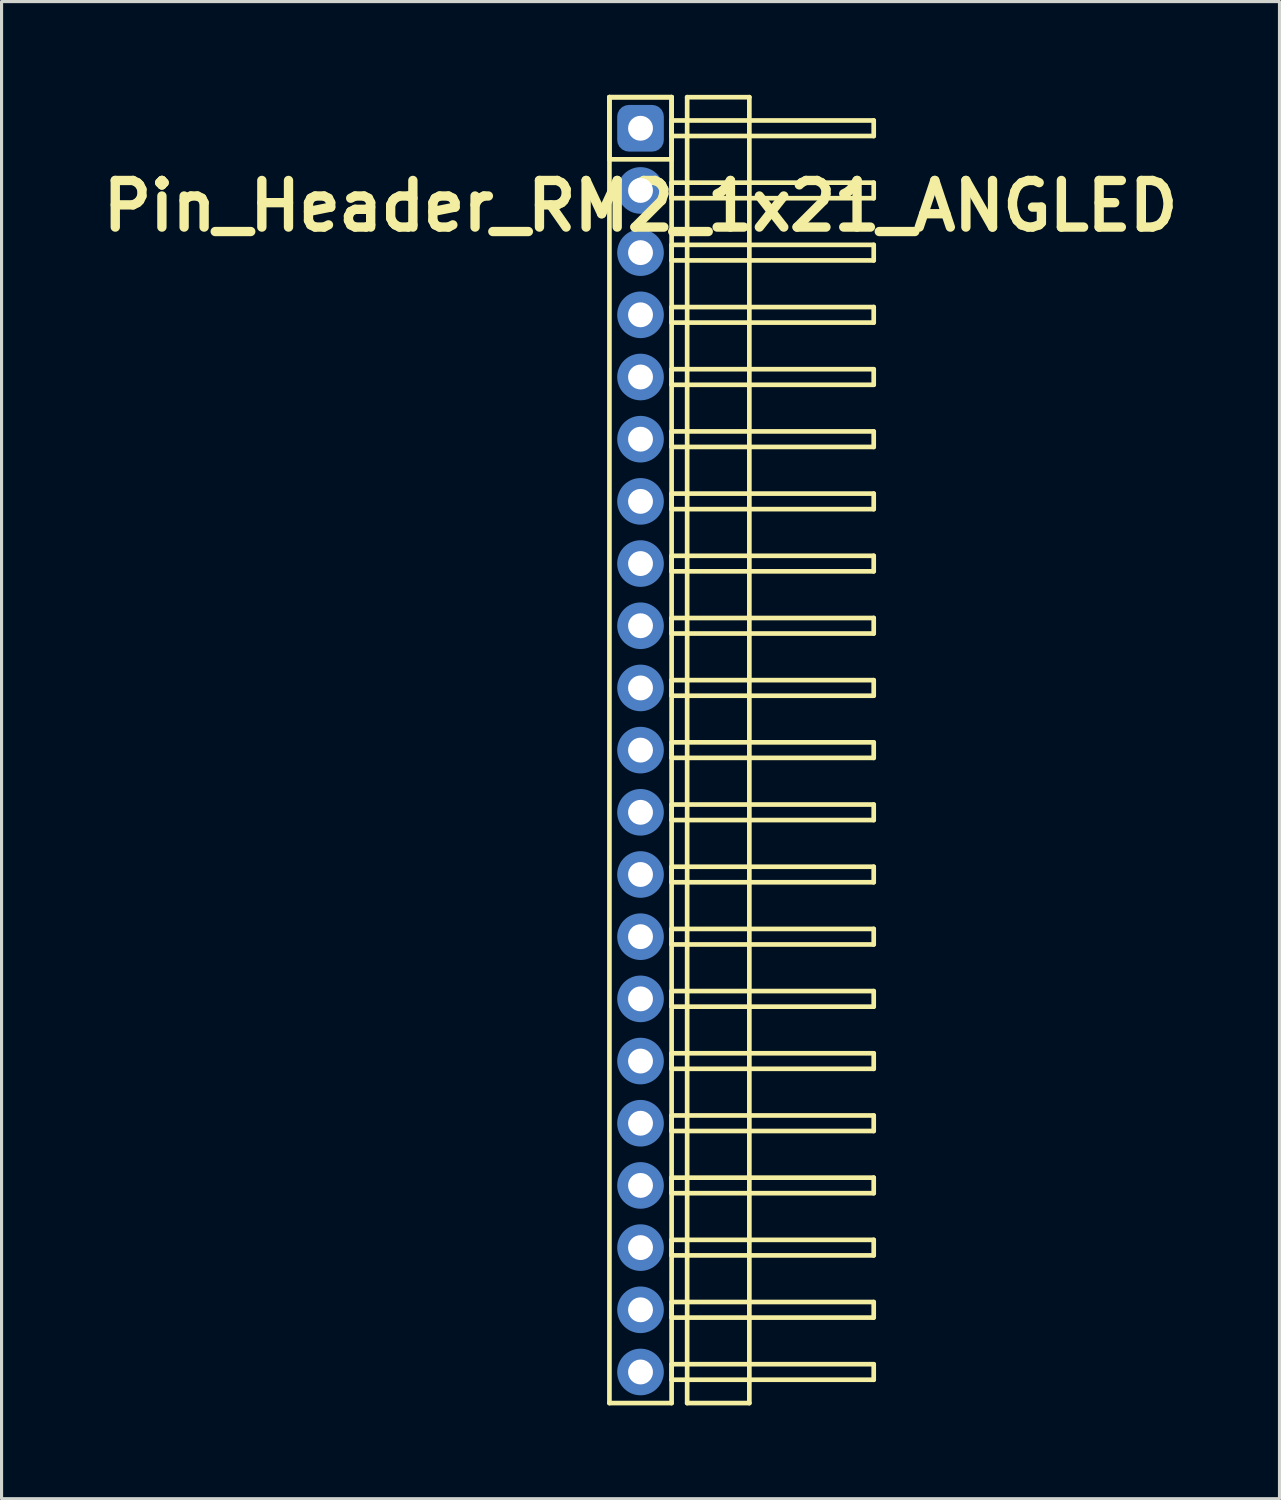
<source format=kicad_pcb>
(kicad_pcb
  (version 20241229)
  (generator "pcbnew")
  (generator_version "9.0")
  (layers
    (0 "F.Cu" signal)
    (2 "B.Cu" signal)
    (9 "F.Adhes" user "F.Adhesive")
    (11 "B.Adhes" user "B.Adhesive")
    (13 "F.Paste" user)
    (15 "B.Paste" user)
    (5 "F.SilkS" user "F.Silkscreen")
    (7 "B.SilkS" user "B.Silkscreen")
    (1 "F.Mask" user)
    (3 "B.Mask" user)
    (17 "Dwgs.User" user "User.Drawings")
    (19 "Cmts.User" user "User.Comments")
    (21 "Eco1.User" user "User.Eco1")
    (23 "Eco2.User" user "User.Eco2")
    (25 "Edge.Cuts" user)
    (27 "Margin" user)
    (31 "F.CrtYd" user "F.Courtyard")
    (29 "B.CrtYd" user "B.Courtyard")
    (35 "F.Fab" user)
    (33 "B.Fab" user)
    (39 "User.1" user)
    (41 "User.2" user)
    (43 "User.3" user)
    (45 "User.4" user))
  (footprint "Pin_Header_RM2_1x21_ANGLED"
    (layer "F.Cu")
    (at 17.55 1.075)
    (property "Reference" "Pin_Header_RM2_1x21_ANGLED" (at 0 2.5 0) (layer "F.SilkS") (effects (font (size 1.5 1.5) (thickness 0.3))))
    (attr through_hole)
    (fp_line (start -1 -1) (end 1 -1) (stroke (width 0.15) (type solid)) (layer "F.SilkS"))
    (fp_line (start -1 -1) (end 1 -1) (stroke (width 0.15) (type solid)) (layer "F.SilkS"))
    (fp_line (start -1 1) (end -1 -1) (stroke (width 0.15) (type solid)) (layer "F.SilkS"))
    (fp_line (start -1 41) (end -1 -1) (stroke (width 0.15) (type solid)) (layer "F.SilkS"))
    (fp_line (start 1 -1) (end 1 1) (stroke (width 0.15) (type solid)) (layer "F.SilkS"))
    (fp_line (start 1 -1) (end 1 41) (stroke (width 0.15) (type solid)) (layer "F.SilkS"))
    (fp_line (start 1 -0.25) (end 7.5 -0.25) (stroke (width 0.15) (type solid)) (layer "F.SilkS"))
    (fp_line (start 1 0.25) (end 1 -0.25) (stroke (width 0.15) (type solid)) (layer "F.SilkS"))
    (fp_line (start 1 1) (end -1 1) (stroke (width 0.15) (type solid)) (layer "F.SilkS"))
    (fp_line (start 1 1.75) (end 7.5 1.75) (stroke (width 0.15) (type solid)) (layer "F.SilkS"))
    (fp_line (start 1 2.25) (end 1 1.75) (stroke (width 0.15) (type solid)) (layer "F.SilkS"))
    (fp_line (start 1 3.75) (end 7.5 3.75) (stroke (width 0.15) (type solid)) (layer "F.SilkS"))
    (fp_line (start 1 4.25) (end 1 3.75) (stroke (width 0.15) (type solid)) (layer "F.SilkS"))
    (fp_line (start 1 5.75) (end 7.5 5.75) (stroke (width 0.15) (type solid)) (layer "F.SilkS"))
    (fp_line (start 1 6.25) (end 1 5.75) (stroke (width 0.15) (type solid)) (layer "F.SilkS"))
    (fp_line (start 1 7.75) (end 7.5 7.75) (stroke (width 0.15) (type solid)) (layer "F.SilkS"))
    (fp_line (start 1 8.25) (end 1 7.75) (stroke (width 0.15) (type solid)) (layer "F.SilkS"))
    (fp_line (start 1 9.75) (end 7.5 9.75) (stroke (width 0.15) (type solid)) (layer "F.SilkS"))
    (fp_line (start 1 10.25) (end 1 9.75) (stroke (width 0.15) (type solid)) (layer "F.SilkS"))
    (fp_line (start 1 11.75) (end 7.5 11.75) (stroke (width 0.15) (type solid)) (layer "F.SilkS"))
    (fp_line (start 1 12.25) (end 1 11.75) (stroke (width 0.15) (type solid)) (layer "F.SilkS"))
    (fp_line (start 1 13.75) (end 7.5 13.75) (stroke (width 0.15) (type solid)) (layer "F.SilkS"))
    (fp_line (start 1 14.25) (end 1 13.75) (stroke (width 0.15) (type solid)) (layer "F.SilkS"))
    (fp_line (start 1 15.75) (end 7.5 15.75) (stroke (width 0.15) (type solid)) (layer "F.SilkS"))
    (fp_line (start 1 16.25) (end 1 15.75) (stroke (width 0.15) (type solid)) (layer "F.SilkS"))
    (fp_line (start 1 17.75) (end 7.5 17.75) (stroke (width 0.15) (type solid)) (layer "F.SilkS"))
    (fp_line (start 1 18.25) (end 1 17.75) (stroke (width 0.15) (type solid)) (layer "F.SilkS"))
    (fp_line (start 1 19.75) (end 7.5 19.75) (stroke (width 0.15) (type solid)) (layer "F.SilkS"))
    (fp_line (start 1 20.25) (end 1 19.75) (stroke (width 0.15) (type solid)) (layer "F.SilkS"))
    (fp_line (start 1 21.75) (end 7.5 21.75) (stroke (width 0.15) (type solid)) (layer "F.SilkS"))
    (fp_line (start 1 22.25) (end 1 21.75) (stroke (width 0.15) (type solid)) (layer "F.SilkS"))
    (fp_line (start 1 23.75) (end 7.5 23.75) (stroke (width 0.15) (type solid)) (layer "F.SilkS"))
    (fp_line (start 1 24.25) (end 1 23.75) (stroke (width 0.15) (type solid)) (layer "F.SilkS"))
    (fp_line (start 1 25.75) (end 7.5 25.75) (stroke (width 0.15) (type solid)) (layer "F.SilkS"))
    (fp_line (start 1 26.25) (end 1 25.75) (stroke (width 0.15) (type solid)) (layer "F.SilkS"))
    (fp_line (start 1 27.75) (end 7.5 27.75) (stroke (width 0.15) (type solid)) (layer "F.SilkS"))
    (fp_line (start 1 28.25) (end 1 27.75) (stroke (width 0.15) (type solid)) (layer "F.SilkS"))
    (fp_line (start 1 29.75) (end 7.5 29.75) (stroke (width 0.15) (type solid)) (layer "F.SilkS"))
    (fp_line (start 1 30.25) (end 1 29.75) (stroke (width 0.15) (type solid)) (layer "F.SilkS"))
    (fp_line (start 1 31.75) (end 7.5 31.75) (stroke (width 0.15) (type solid)) (layer "F.SilkS"))
    (fp_line (start 1 32.25) (end 1 31.75) (stroke (width 0.15) (type solid)) (layer "F.SilkS"))
    (fp_line (start 1 33.75) (end 7.5 33.75) (stroke (width 0.15) (type solid)) (layer "F.SilkS"))
    (fp_line (start 1 34.25) (end 1 33.75) (stroke (width 0.15) (type solid)) (layer "F.SilkS"))
    (fp_line (start 1 35.75) (end 7.5 35.75) (stroke (width 0.15) (type solid)) (layer "F.SilkS"))
    (fp_line (start 1 36.25) (end 1 35.75) (stroke (width 0.15) (type solid)) (layer "F.SilkS"))
    (fp_line (start 1 37.75) (end 7.5 37.75) (stroke (width 0.15) (type solid)) (layer "F.SilkS"))
    (fp_line (start 1 38.25) (end 1 37.75) (stroke (width 0.15) (type solid)) (layer "F.SilkS"))
    (fp_line (start 1 39.75) (end 7.5 39.75) (stroke (width 0.15) (type solid)) (layer "F.SilkS"))
    (fp_line (start 1 40.25) (end 1 39.75) (stroke (width 0.15) (type solid)) (layer "F.SilkS"))
    (fp_line (start 1 41) (end -1 41) (stroke (width 0.15) (type solid)) (layer "F.SilkS"))
    (fp_line (start 1.5 -1) (end 3.5 -1) (stroke (width 0.15) (type solid)) (layer "F.SilkS"))
    (fp_line (start 1.5 41) (end 1.5 -1) (stroke (width 0.15) (type solid)) (layer "F.SilkS"))
    (fp_line (start 3.5 -1) (end 3.5 41) (stroke (width 0.15) (type solid)) (layer "F.SilkS"))
    (fp_line (start 3.5 41) (end 1.5 41) (stroke (width 0.15) (type solid)) (layer "F.SilkS"))
    (fp_line (start 7.5 -0.25) (end 7.5 0.25) (stroke (width 0.15) (type solid)) (layer "F.SilkS"))
    (fp_line (start 7.5 0.25) (end 1 0.25) (stroke (width 0.15) (type solid)) (layer "F.SilkS"))
    (fp_line (start 7.5 1.75) (end 7.5 2.25) (stroke (width 0.15) (type solid)) (layer "F.SilkS"))
    (fp_line (start 7.5 2.25) (end 1 2.25) (stroke (width 0.15) (type solid)) (layer "F.SilkS"))
    (fp_line (start 7.5 3.75) (end 7.5 4.25) (stroke (width 0.15) (type solid)) (layer "F.SilkS"))
    (fp_line (start 7.5 4.25) (end 1 4.25) (stroke (width 0.15) (type solid)) (layer "F.SilkS"))
    (fp_line (start 7.5 5.75) (end 7.5 6.25) (stroke (width 0.15) (type solid)) (layer "F.SilkS"))
    (fp_line (start 7.5 6.25) (end 1 6.25) (stroke (width 0.15) (type solid)) (layer "F.SilkS"))
    (fp_line (start 7.5 7.75) (end 7.5 8.25) (stroke (width 0.15) (type solid)) (layer "F.SilkS"))
    (fp_line (start 7.5 8.25) (end 1 8.25) (stroke (width 0.15) (type solid)) (layer "F.SilkS"))
    (fp_line (start 7.5 9.75) (end 7.5 10.25) (stroke (width 0.15) (type solid)) (layer "F.SilkS"))
    (fp_line (start 7.5 10.25) (end 1 10.25) (stroke (width 0.15) (type solid)) (layer "F.SilkS"))
    (fp_line (start 7.5 11.75) (end 7.5 12.25) (stroke (width 0.15) (type solid)) (layer "F.SilkS"))
    (fp_line (start 7.5 12.25) (end 1 12.25) (stroke (width 0.15) (type solid)) (layer "F.SilkS"))
    (fp_line (start 7.5 13.75) (end 7.5 14.25) (stroke (width 0.15) (type solid)) (layer "F.SilkS"))
    (fp_line (start 7.5 14.25) (end 1 14.25) (stroke (width 0.15) (type solid)) (layer "F.SilkS"))
    (fp_line (start 7.5 15.75) (end 7.5 16.25) (stroke (width 0.15) (type solid)) (layer "F.SilkS"))
    (fp_line (start 7.5 16.25) (end 1 16.25) (stroke (width 0.15) (type solid)) (layer "F.SilkS"))
    (fp_line (start 7.5 17.75) (end 7.5 18.25) (stroke (width 0.15) (type solid)) (layer "F.SilkS"))
    (fp_line (start 7.5 18.25) (end 1 18.25) (stroke (width 0.15) (type solid)) (layer "F.SilkS"))
    (fp_line (start 7.5 19.75) (end 7.5 20.25) (stroke (width 0.15) (type solid)) (layer "F.SilkS"))
    (fp_line (start 7.5 20.25) (end 1 20.25) (stroke (width 0.15) (type solid)) (layer "F.SilkS"))
    (fp_line (start 7.5 21.75) (end 7.5 22.25) (stroke (width 0.15) (type solid)) (layer "F.SilkS"))
    (fp_line (start 7.5 22.25) (end 1 22.25) (stroke (width 0.15) (type solid)) (layer "F.SilkS"))
    (fp_line (start 7.5 23.75) (end 7.5 24.25) (stroke (width 0.15) (type solid)) (layer "F.SilkS"))
    (fp_line (start 7.5 24.25) (end 1 24.25) (stroke (width 0.15) (type solid)) (layer "F.SilkS"))
    (fp_line (start 7.5 25.75) (end 7.5 26.25) (stroke (width 0.15) (type solid)) (layer "F.SilkS"))
    (fp_line (start 7.5 26.25) (end 1 26.25) (stroke (width 0.15) (type solid)) (layer "F.SilkS"))
    (fp_line (start 7.5 27.75) (end 7.5 28.25) (stroke (width 0.15) (type solid)) (layer "F.SilkS"))
    (fp_line (start 7.5 28.25) (end 1 28.25) (stroke (width 0.15) (type solid)) (layer "F.SilkS"))
    (fp_line (start 7.5 29.75) (end 7.5 30.25) (stroke (width 0.15) (type solid)) (layer "F.SilkS"))
    (fp_line (start 7.5 30.25) (end 1 30.25) (stroke (width 0.15) (type solid)) (layer "F.SilkS"))
    (fp_line (start 7.5 31.75) (end 7.5 32.25) (stroke (width 0.15) (type solid)) (layer "F.SilkS"))
    (fp_line (start 7.5 32.25) (end 1 32.25) (stroke (width 0.15) (type solid)) (layer "F.SilkS"))
    (fp_line (start 7.5 33.75) (end 7.5 34.25) (stroke (width 0.15) (type solid)) (layer "F.SilkS"))
    (fp_line (start 7.5 34.25) (end 1 34.25) (stroke (width 0.15) (type solid)) (layer "F.SilkS"))
    (fp_line (start 7.5 35.75) (end 7.5 36.25) (stroke (width 0.15) (type solid)) (layer "F.SilkS"))
    (fp_line (start 7.5 36.25) (end 1 36.25) (stroke (width 0.15) (type solid)) (layer "F.SilkS"))
    (fp_line (start 7.5 37.75) (end 7.5 38.25) (stroke (width 0.15) (type solid)) (layer "F.SilkS"))
    (fp_line (start 7.5 38.25) (end 1 38.25) (stroke (width 0.15) (type solid)) (layer "F.SilkS"))
    (fp_line (start 7.5 39.75) (end 7.5 40.25) (stroke (width 0.15) (type solid)) (layer "F.SilkS"))
    (fp_line (start 7.5 40.25) (end 1 40.25) (stroke (width 0.15) (type solid)) (layer "F.SilkS"))
    (pad "1" thru_hole circle (at 0 0) (size 1.1 1.1) (drill 0.8) (layers "*.Cu" "*.Mask"))
    (pad "1" smd roundrect (at 0 0) (size 1.25 1.25) (layers "F.Cu" "F.Mask") (roundrect_rratio 0.25))
    (pad "1" smd roundrect (at 0 0) (size 1.5 1.5) (layers "B.Cu" "B.Mask") (roundrect_rratio 0.25))
    (pad "2" thru_hole circle (at 0 2) (size 1.1 1.1) (drill 0.8) (layers "*.Cu" "*.Mask"))
    (pad "2" smd circle (at 0 2) (size 1.25 1.25) (layers "F.Cu" "F.Mask"))
    (pad "2" smd circle (at 0 2) (size 1.5 1.5) (layers "B.Cu" "B.Mask"))
    (pad "3" thru_hole circle (at 0 4) (size 1.1 1.1) (drill 0.8) (layers "*.Cu" "*.Mask"))
    (pad "3" smd circle (at 0 4) (size 1.25 1.25) (layers "F.Cu" "F.Mask"))
    (pad "3" smd circle (at 0 4) (size 1.5 1.5) (layers "B.Cu" "B.Mask"))
    (pad "4" thru_hole circle (at 0 6) (size 1.1 1.1) (drill 0.8) (layers "*.Cu" "*.Mask"))
    (pad "4" smd circle (at 0 6) (size 1.25 1.25) (layers "F.Cu" "F.Mask"))
    (pad "4" smd circle (at 0 6) (size 1.5 1.5) (layers "B.Cu" "B.Mask"))
    (pad "5" thru_hole circle (at 0 8) (size 1.1 1.1) (drill 0.8) (layers "*.Cu" "*.Mask"))
    (pad "5" smd circle (at 0 8) (size 1.25 1.25) (layers "F.Cu" "F.Mask"))
    (pad "5" smd circle (at 0 8) (size 1.5 1.5) (layers "B.Cu" "B.Mask"))
    (pad "6" thru_hole circle (at 0 10) (size 1.1 1.1) (drill 0.8) (layers "*.Cu" "*.Mask"))
    (pad "6" smd circle (at 0 10) (size 1.25 1.25) (layers "F.Cu" "F.Mask"))
    (pad "6" smd circle (at 0 10) (size 1.5 1.5) (layers "B.Cu" "B.Mask"))
    (pad "7" thru_hole circle (at 0 12) (size 1.1 1.1) (drill 0.8) (layers "*.Cu" "*.Mask"))
    (pad "7" smd circle (at 0 12) (size 1.25 1.25) (layers "F.Cu" "F.Mask"))
    (pad "7" smd circle (at 0 12) (size 1.5 1.5) (layers "B.Cu" "B.Mask"))
    (pad "8" thru_hole circle (at 0 14) (size 1.1 1.1) (drill 0.8) (layers "*.Cu" "*.Mask"))
    (pad "8" smd circle (at 0 14) (size 1.25 1.25) (layers "F.Cu" "F.Mask"))
    (pad "8" smd circle (at 0 14) (size 1.5 1.5) (layers "B.Cu" "B.Mask"))
    (pad "9" thru_hole circle (at 0 16) (size 1.1 1.1) (drill 0.8) (layers "*.Cu" "*.Mask"))
    (pad "9" smd circle (at 0 16) (size 1.25 1.25) (layers "F.Cu" "F.Mask"))
    (pad "9" smd circle (at 0 16) (size 1.5 1.5) (layers "B.Cu" "B.Mask"))
    (pad "10" thru_hole circle (at 0 18) (size 1.1 1.1) (drill 0.8) (layers "*.Cu" "*.Mask"))
    (pad "10" smd circle (at 0 18) (size 1.25 1.25) (layers "F.Cu" "F.Mask"))
    (pad "10" smd circle (at 0 18) (size 1.5 1.5) (layers "B.Cu" "B.Mask"))
    (pad "11" thru_hole circle (at 0 20) (size 1.1 1.1) (drill 0.8) (layers "*.Cu" "*.Mask"))
    (pad "11" smd circle (at 0 20) (size 1.25 1.25) (layers "F.Cu" "F.Mask"))
    (pad "11" smd circle (at 0 20) (size 1.5 1.5) (layers "B.Cu" "B.Mask"))
    (pad "12" thru_hole circle (at 0 22) (size 1.1 1.1) (drill 0.8) (layers "*.Cu" "*.Mask"))
    (pad "12" smd circle (at 0 22) (size 1.25 1.25) (layers "F.Cu" "F.Mask"))
    (pad "12" smd circle (at 0 22) (size 1.5 1.5) (layers "B.Cu" "B.Mask"))
    (pad "13" thru_hole circle (at 0 24) (size 1.1 1.1) (drill 0.8) (layers "*.Cu" "*.Mask"))
    (pad "13" smd circle (at 0 24) (size 1.25 1.25) (layers "F.Cu" "F.Mask"))
    (pad "13" smd circle (at 0 24) (size 1.5 1.5) (layers "B.Cu" "B.Mask"))
    (pad "14" thru_hole circle (at 0 26) (size 1.1 1.1) (drill 0.8) (layers "*.Cu" "*.Mask"))
    (pad "14" smd circle (at 0 26) (size 1.25 1.25) (layers "F.Cu" "F.Mask"))
    (pad "14" smd circle (at 0 26) (size 1.5 1.5) (layers "B.Cu" "B.Mask"))
    (pad "15" thru_hole circle (at 0 28) (size 1.1 1.1) (drill 0.8) (layers "*.Cu" "*.Mask"))
    (pad "15" smd circle (at 0 28) (size 1.25 1.25) (layers "F.Cu" "F.Mask"))
    (pad "15" smd circle (at 0 28) (size 1.5 1.5) (layers "B.Cu" "B.Mask"))
    (pad "16" thru_hole circle (at 0 30) (size 1.1 1.1) (drill 0.8) (layers "*.Cu" "*.Mask"))
    (pad "16" smd circle (at 0 30) (size 1.25 1.25) (layers "F.Cu" "F.Mask"))
    (pad "16" smd circle (at 0 30) (size 1.5 1.5) (layers "B.Cu" "B.Mask"))
    (pad "17" thru_hole circle (at 0 32) (size 1.1 1.1) (drill 0.8) (layers "*.Cu" "*.Mask"))
    (pad "17" smd circle (at 0 32) (size 1.25 1.25) (layers "F.Cu" "F.Mask"))
    (pad "17" smd circle (at 0 32) (size 1.5 1.5) (layers "B.Cu" "B.Mask"))
    (pad "18" thru_hole circle (at 0 34) (size 1.1 1.1) (drill 0.8) (layers "*.Cu" "*.Mask"))
    (pad "18" smd circle (at 0 34) (size 1.25 1.25) (layers "F.Cu" "F.Mask"))
    (pad "18" smd circle (at 0 34) (size 1.5 1.5) (layers "B.Cu" "B.Mask"))
    (pad "19" thru_hole circle (at 0 36) (size 1.1 1.1) (drill 0.8) (layers "*.Cu" "*.Mask"))
    (pad "19" smd circle (at 0 36) (size 1.25 1.25) (layers "F.Cu" "F.Mask"))
    (pad "19" smd circle (at 0 36) (size 1.5 1.5) (layers "B.Cu" "B.Mask"))
    (pad "20" thru_hole circle (at 0 38) (size 1.1 1.1) (drill 0.8) (layers "*.Cu" "*.Mask"))
    (pad "20" smd circle (at 0 38) (size 1.25 1.25) (layers "F.Cu" "F.Mask"))
    (pad "20" smd circle (at 0 38) (size 1.5 1.5) (layers "B.Cu" "B.Mask"))
    (pad "21" thru_hole circle (at 0 40) (size 1.1 1.1) (drill 0.8) (layers "*.Cu" "*.Mask"))
    (pad "21" smd circle (at 0 40) (size 1.25 1.25) (layers "F.Cu" "F.Mask"))
    (pad "21" smd circle (at 0 40) (size 1.5 1.5) (layers "B.Cu" "B.Mask")))
  (gr_rect
    (start -3 -3)
    (end 38.1 45.15)
    (stroke (width 0.1) (type default))
    (fill no)
    (layer "Edge.Cuts")))
</source>
